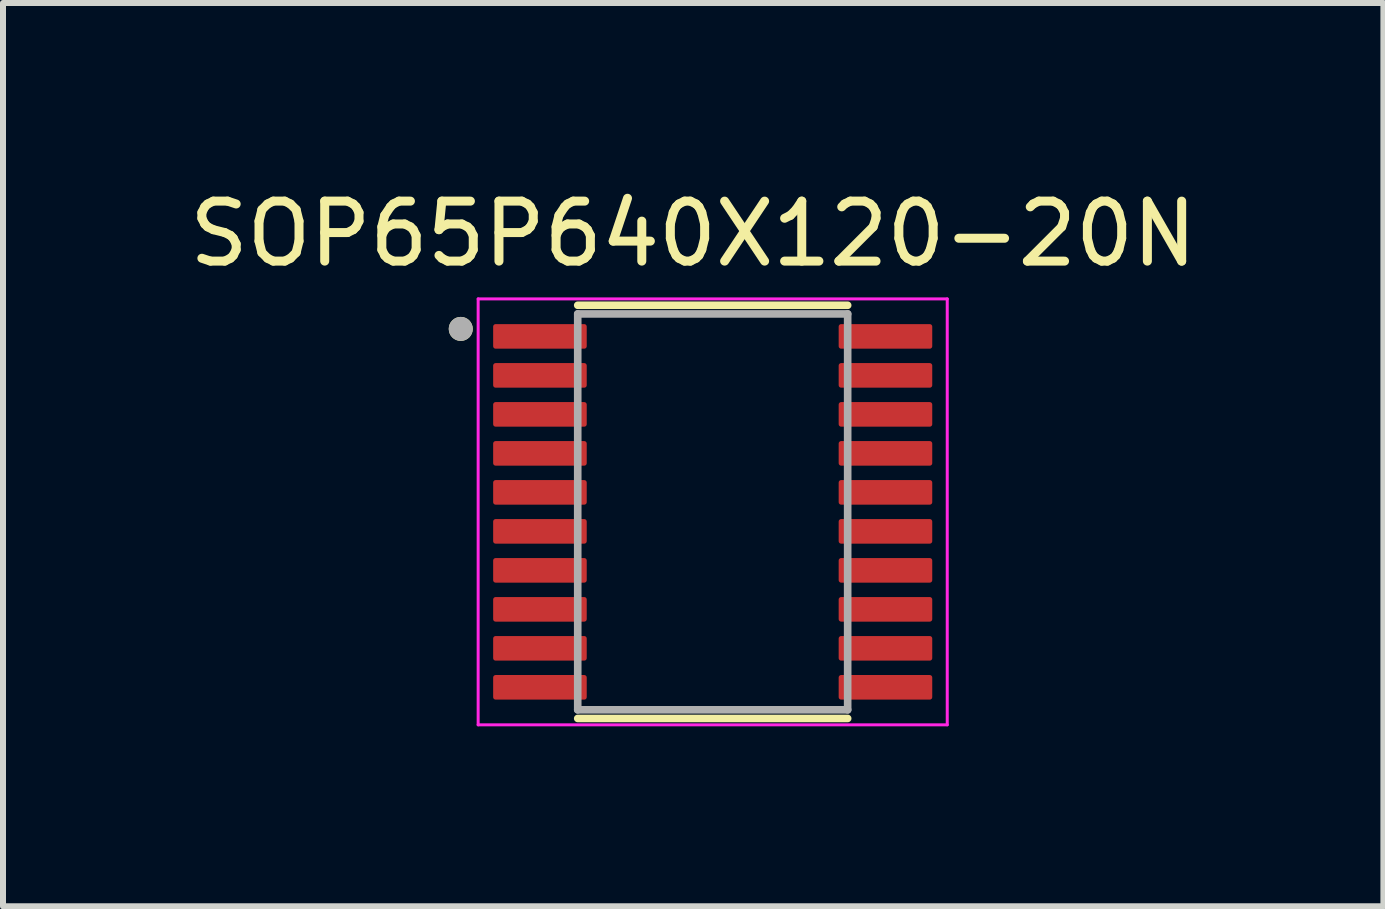
<source format=kicad_pcb>
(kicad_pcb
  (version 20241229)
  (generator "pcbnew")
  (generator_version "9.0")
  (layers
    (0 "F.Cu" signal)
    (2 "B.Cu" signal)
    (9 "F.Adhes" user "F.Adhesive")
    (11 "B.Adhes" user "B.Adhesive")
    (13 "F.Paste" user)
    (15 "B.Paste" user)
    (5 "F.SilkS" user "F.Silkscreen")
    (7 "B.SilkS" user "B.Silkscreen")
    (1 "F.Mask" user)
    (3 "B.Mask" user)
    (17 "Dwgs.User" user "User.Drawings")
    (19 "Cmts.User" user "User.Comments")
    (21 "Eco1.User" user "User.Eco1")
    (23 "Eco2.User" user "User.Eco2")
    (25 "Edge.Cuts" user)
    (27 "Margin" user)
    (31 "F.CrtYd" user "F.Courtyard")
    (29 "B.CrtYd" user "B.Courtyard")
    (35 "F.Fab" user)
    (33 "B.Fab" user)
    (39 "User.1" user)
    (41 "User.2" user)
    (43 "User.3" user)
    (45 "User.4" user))
  (footprint "SOP65P640X120-20N"
    (layer "F.Cu")
    (at 8.831 5.483)
    (property "Reference" "SOP65P640X120-20N" (at -0.325 -4.635 0) (layer "F.SilkS") (effects (font (size 1 1) (thickness 0.15))))
    (attr smd)
    (fp_line (start -2.25 -3.444) (end 2.25 -3.444) (stroke (width 0.127) (type solid)) (layer "F.SilkS"))
    (fp_line (start 2.25 3.444) (end -2.25 3.444) (stroke (width 0.127) (type solid)) (layer "F.SilkS"))
    (fp_circle (center -4.2 -3.05) (end -4.1 -3.05) (stroke (width 0.2) (type solid)) (fill no) (layer "F.SilkS"))
    (fp_line (start -3.91 -3.55) (end 3.91 -3.55) (stroke (width 0.05) (type solid)) (layer "F.CrtYd"))
    (fp_line (start -3.91 3.55) (end -3.91 -3.55) (stroke (width 0.05) (type solid)) (layer "F.CrtYd"))
    (fp_line (start 3.91 -3.55) (end 3.91 3.55) (stroke (width 0.05) (type solid)) (layer "F.CrtYd"))
    (fp_line (start 3.91 3.55) (end -3.91 3.55) (stroke (width 0.05) (type solid)) (layer "F.CrtYd"))
    (fp_line (start -2.25 -3.3) (end 2.25 -3.3) (stroke (width 0.127) (type solid)) (layer "F.Fab"))
    (fp_line (start -2.25 3.3) (end -2.25 -3.3) (stroke (width 0.127) (type solid)) (layer "F.Fab"))
    (fp_line (start 2.25 -3.3) (end 2.25 3.3) (stroke (width 0.127) (type solid)) (layer "F.Fab"))
    (fp_line (start 2.25 3.3) (end -2.25 3.3) (stroke (width 0.127) (type solid)) (layer "F.Fab"))
    (fp_circle (center -4.2 -3.05) (end -4.1 -3.05) (stroke (width 0.2) (type solid)) (fill no) (layer "F.Fab"))
    (pad "1" smd roundrect (at -2.88 -2.925) (size 1.56 0.41) (layers "F.Cu" "F.Mask" "F.Paste") (roundrect_rratio 0.1))
    (pad "2" smd roundrect (at -2.88 -2.275) (size 1.56 0.41) (layers "F.Cu" "F.Mask" "F.Paste") (roundrect_rratio 0.1))
    (pad "3" smd roundrect (at -2.88 -1.625) (size 1.56 0.41) (layers "F.Cu" "F.Mask" "F.Paste") (roundrect_rratio 0.1))
    (pad "4" smd roundrect (at -2.88 -0.975) (size 1.56 0.41) (layers "F.Cu" "F.Mask" "F.Paste") (roundrect_rratio 0.1))
    (pad "5" smd roundrect (at -2.88 -0.325) (size 1.56 0.41) (layers "F.Cu" "F.Mask" "F.Paste") (roundrect_rratio 0.1))
    (pad "6" smd roundrect (at -2.88 0.325) (size 1.56 0.41) (layers "F.Cu" "F.Mask" "F.Paste") (roundrect_rratio 0.1))
    (pad "7" smd roundrect (at -2.88 0.975) (size 1.56 0.41) (layers "F.Cu" "F.Mask" "F.Paste") (roundrect_rratio 0.1))
    (pad "8" smd roundrect (at -2.88 1.625) (size 1.56 0.41) (layers "F.Cu" "F.Mask" "F.Paste") (roundrect_rratio 0.1))
    (pad "9" smd roundrect (at -2.88 2.275) (size 1.56 0.41) (layers "F.Cu" "F.Mask" "F.Paste") (roundrect_rratio 0.1))
    (pad "10" smd roundrect (at -2.88 2.925) (size 1.56 0.41) (layers "F.Cu" "F.Mask" "F.Paste") (roundrect_rratio 0.1))
    (pad "11" smd roundrect (at 2.88 2.925) (size 1.56 0.41) (layers "F.Cu" "F.Mask" "F.Paste") (roundrect_rratio 0.1))
    (pad "12" smd roundrect (at 2.88 2.275) (size 1.56 0.41) (layers "F.Cu" "F.Mask" "F.Paste") (roundrect_rratio 0.1))
    (pad "13" smd roundrect (at 2.88 1.625) (size 1.56 0.41) (layers "F.Cu" "F.Mask" "F.Paste") (roundrect_rratio 0.1))
    (pad "14" smd roundrect (at 2.88 0.975) (size 1.56 0.41) (layers "F.Cu" "F.Mask" "F.Paste") (roundrect_rratio 0.1))
    (pad "15" smd roundrect (at 2.88 0.325) (size 1.56 0.41) (layers "F.Cu" "F.Mask" "F.Paste") (roundrect_rratio 0.1))
    (pad "16" smd roundrect (at 2.88 -0.325) (size 1.56 0.41) (layers "F.Cu" "F.Mask" "F.Paste") (roundrect_rratio 0.1))
    (pad "17" smd roundrect (at 2.88 -0.975) (size 1.56 0.41) (layers "F.Cu" "F.Mask" "F.Paste") (roundrect_rratio 0.1))
    (pad "18" smd roundrect (at 2.88 -1.625) (size 1.56 0.41) (layers "F.Cu" "F.Mask" "F.Paste") (roundrect_rratio 0.1))
    (pad "19" smd roundrect (at 2.88 -2.275) (size 1.56 0.41) (layers "F.Cu" "F.Mask" "F.Paste") (roundrect_rratio 0.1))
    (pad "20" smd roundrect (at 2.88 -2.925) (size 1.56 0.41) (layers "F.Cu" "F.Mask" "F.Paste") (roundrect_rratio 0.1)))
  (gr_rect
    (start -3 -3)
    (end 20.012 12.058)
    (stroke (width 0.1) (type default))
    (fill no)
    (layer "Edge.Cuts")))
</source>
